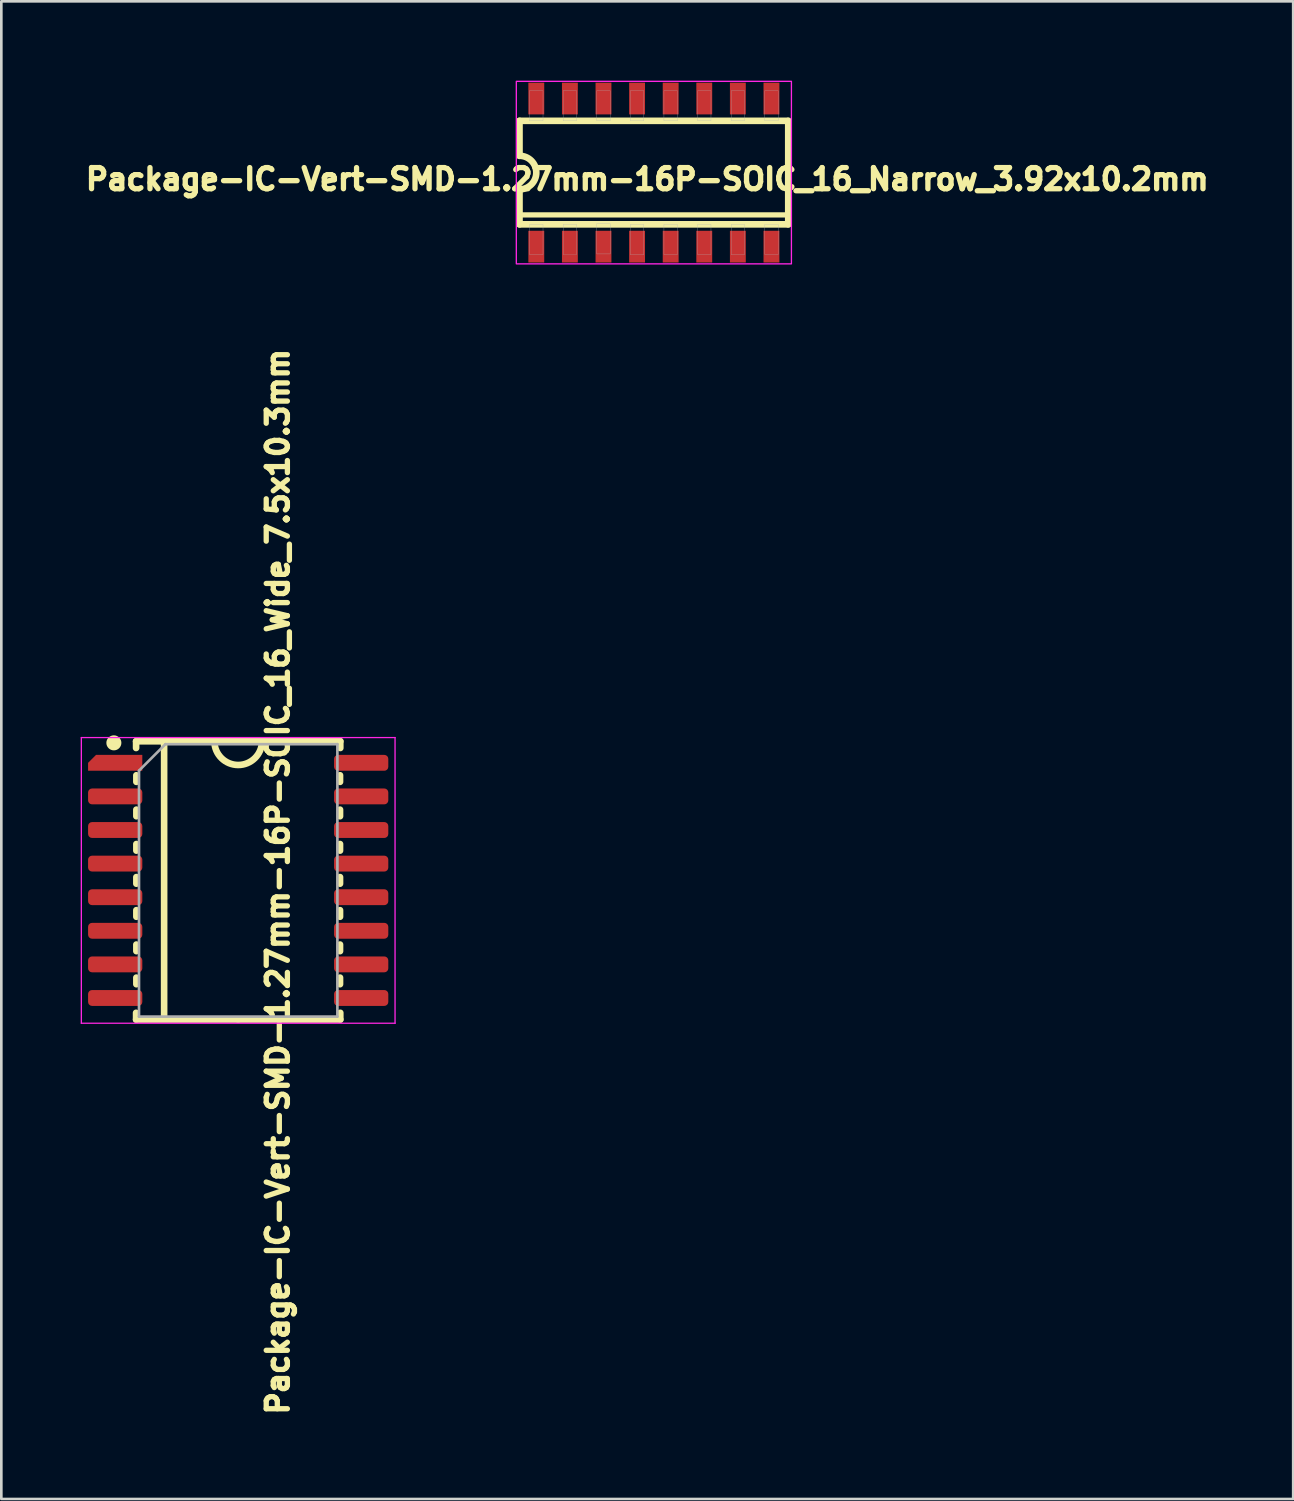
<source format=kicad_pcb>
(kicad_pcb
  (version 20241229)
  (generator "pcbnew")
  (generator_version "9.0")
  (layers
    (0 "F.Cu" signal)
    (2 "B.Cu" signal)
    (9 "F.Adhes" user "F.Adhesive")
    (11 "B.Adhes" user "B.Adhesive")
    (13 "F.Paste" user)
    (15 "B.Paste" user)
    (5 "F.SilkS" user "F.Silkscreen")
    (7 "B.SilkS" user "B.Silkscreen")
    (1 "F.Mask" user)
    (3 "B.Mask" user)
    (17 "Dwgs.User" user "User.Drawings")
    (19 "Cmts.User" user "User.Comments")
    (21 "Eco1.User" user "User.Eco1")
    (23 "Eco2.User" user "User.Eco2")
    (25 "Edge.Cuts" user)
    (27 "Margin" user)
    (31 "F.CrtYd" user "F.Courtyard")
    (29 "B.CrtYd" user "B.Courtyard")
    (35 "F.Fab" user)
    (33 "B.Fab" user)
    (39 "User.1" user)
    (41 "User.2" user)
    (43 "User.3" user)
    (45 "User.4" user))
  (footprint "Package-IC-Vert-SMD-1.27mm-16P-SOIC_16_Wide_7.5x10.3mm"
    (layer "F.Cu")
    (at 5.955 30.234)
    (property "Reference" "Package-IC-Vert-SMD-1.27mm-16P-SOIC_16_Wide_7.5x10.3mm" (at 1.5 0.05 270) (layer "F.SilkS") (effects (font (size 0.8 0.8) (thickness 0.2) (bold yes))))
    (attr smd)
    (fp_line (start -3.86 -5.26) (end -3.86 -5.005) (stroke (width 0.25) (type solid)) (layer "F.SilkS"))
    (fp_line (start -3.86 5.26) (end -3.86 5.005) (stroke (width 0.25) (type solid)) (layer "F.SilkS"))
    (fp_line (start -3.85 -3.975) (end -3.85 -3.725) (stroke (width 0.25) (type solid)) (layer "F.SilkS"))
    (fp_line (start -3.85 -2.675) (end -3.85 -2.425) (stroke (width 0.25) (type solid)) (layer "F.SilkS"))
    (fp_line (start -3.85 -1.375) (end -3.85 -1.125) (stroke (width 0.25) (type solid)) (layer "F.SilkS"))
    (fp_line (start -3.85 -0.125) (end -3.85 0.125) (stroke (width 0.25) (type solid)) (layer "F.SilkS"))
    (fp_line (start -3.85 1.125) (end -3.85 1.375) (stroke (width 0.25) (type solid)) (layer "F.SilkS"))
    (fp_line (start -3.85 2.425) (end -3.85 2.675) (stroke (width 0.25) (type solid)) (layer "F.SilkS"))
    (fp_line (start -3.85 3.675) (end -3.85 3.925) (stroke (width 0.25) (type solid)) (layer "F.SilkS"))
    (fp_line (start -2.8 -5.25) (end -2.8 5.2) (stroke (width 0.25) (type solid)) (layer "F.SilkS"))
    (fp_line (start 0 -5.26) (end -3.86 -5.26) (stroke (width 0.25) (type solid)) (layer "F.SilkS"))
    (fp_line (start 0 -5.26) (end 3.86 -5.26) (stroke (width 0.25) (type solid)) (layer "F.SilkS"))
    (fp_line (start 0 5.26) (end -3.86 5.26) (stroke (width 0.25) (type solid)) (layer "F.SilkS"))
    (fp_line (start 0 5.26) (end 3.86 5.26) (stroke (width 0.25) (type solid)) (layer "F.SilkS"))
    (fp_line (start 3.85 -3.975) (end 3.85 -3.725) (stroke (width 0.25) (type solid)) (layer "F.SilkS"))
    (fp_line (start 3.85 -2.675) (end 3.85 -2.425) (stroke (width 0.25) (type solid)) (layer "F.SilkS"))
    (fp_line (start 3.85 -1.375) (end 3.85 -1.125) (stroke (width 0.25) (type solid)) (layer "F.SilkS"))
    (fp_line (start 3.85 -0.125) (end 3.85 0.125) (stroke (width 0.25) (type solid)) (layer "F.SilkS"))
    (fp_line (start 3.85 1.125) (end 3.85 1.375) (stroke (width 0.25) (type solid)) (layer "F.SilkS"))
    (fp_line (start 3.85 2.425) (end 3.85 2.675) (stroke (width 0.25) (type solid)) (layer "F.SilkS"))
    (fp_line (start 3.85 3.675) (end 3.85 3.925) (stroke (width 0.25) (type solid)) (layer "F.SilkS"))
    (fp_line (start 3.86 -5.26) (end 3.86 -5.005) (stroke (width 0.25) (type solid)) (layer "F.SilkS"))
    (fp_line (start 3.86 5.26) (end 3.86 5.005) (stroke (width 0.25) (type solid)) (layer "F.SilkS"))
    (fp_arc (start 0.899993 -5.249412) (mid -0.000294 -4.359945) (end -0.899999 -5.25) (stroke (width 0.25) (type solid)) (layer "F.SilkS"))
    (fp_circle (center -4.7 -5.2) (end -4.476 -5.2) (stroke (width 0.12) (type solid)) (fill yes) (layer "F.SilkS"))
    (fp_line (start -5.93 -5.4) (end -5.93 5.4) (stroke (width 0.05) (type solid)) (layer "F.CrtYd"))
    (fp_line (start -5.93 5.4) (end 5.93 5.4) (stroke (width 0.05) (type solid)) (layer "F.CrtYd"))
    (fp_line (start 5.93 -5.4) (end -5.93 -5.4) (stroke (width 0.05) (type solid)) (layer "F.CrtYd"))
    (fp_line (start 5.93 5.4) (end 5.93 -5.4) (stroke (width 0.05) (type solid)) (layer "F.CrtYd"))
    (fp_line (start -3.75 -4.15) (end -2.75 -5.15) (stroke (width 0.1) (type solid)) (layer "F.Fab"))
    (fp_line (start -3.75 5.15) (end -3.75 -4.15) (stroke (width 0.1) (type solid)) (layer "F.Fab"))
    (fp_line (start -2.75 -5.15) (end 3.75 -5.15) (stroke (width 0.1) (type solid)) (layer "F.Fab"))
    (fp_line (start 3.75 -5.15) (end 3.75 5.15) (stroke (width 0.1) (type solid)) (layer "F.Fab"))
    (fp_line (start 3.75 5.15) (end -3.75 5.15) (stroke (width 0.1) (type solid)) (layer "F.Fab"))
    (pad "1" smd roundrect (at -4.65 -4.445) (size 2.05 0.6) (layers "F.Cu" "F.Mask" "F.Paste") (roundrect_rratio 0) (chamfer_ratio 0.5) (chamfer top_left))
    (pad "2" smd roundrect (at -4.65 -3.175) (size 2.05 0.6) (layers "F.Cu" "F.Mask" "F.Paste") (roundrect_rratio 0.25))
    (pad "3" smd roundrect (at -4.65 -1.905) (size 2.05 0.6) (layers "F.Cu" "F.Mask" "F.Paste") (roundrect_rratio 0.25))
    (pad "4" smd roundrect (at -4.65 -0.635) (size 2.05 0.6) (layers "F.Cu" "F.Mask" "F.Paste") (roundrect_rratio 0.25))
    (pad "5" smd roundrect (at -4.65 0.635) (size 2.05 0.6) (layers "F.Cu" "F.Mask" "F.Paste") (roundrect_rratio 0.25))
    (pad "6" smd roundrect (at -4.65 1.905) (size 2.05 0.6) (layers "F.Cu" "F.Mask" "F.Paste") (roundrect_rratio 0.25))
    (pad "7" smd roundrect (at -4.65 3.175) (size 2.05 0.6) (layers "F.Cu" "F.Mask" "F.Paste") (roundrect_rratio 0.25))
    (pad "8" smd roundrect (at -4.65 4.445) (size 2.05 0.6) (layers "F.Cu" "F.Mask" "F.Paste") (roundrect_rratio 0.25))
    (pad "9" smd roundrect (at 4.65 4.445) (size 2.05 0.6) (layers "F.Cu" "F.Mask" "F.Paste") (roundrect_rratio 0.25))
    (pad "10" smd roundrect (at 4.65 3.175) (size 2.05 0.6) (layers "F.Cu" "F.Mask" "F.Paste") (roundrect_rratio 0.25))
    (pad "11" smd roundrect (at 4.65 1.905) (size 2.05 0.6) (layers "F.Cu" "F.Mask" "F.Paste") (roundrect_rratio 0.25))
    (pad "12" smd roundrect (at 4.65 0.635) (size 2.05 0.6) (layers "F.Cu" "F.Mask" "F.Paste") (roundrect_rratio 0.25))
    (pad "13" smd roundrect (at 4.65 -0.635) (size 2.05 0.6) (layers "F.Cu" "F.Mask" "F.Paste") (roundrect_rratio 0.25))
    (pad "14" smd roundrect (at 4.65 -1.905) (size 2.05 0.6) (layers "F.Cu" "F.Mask" "F.Paste") (roundrect_rratio 0.25))
    (pad "15" smd roundrect (at 4.65 -3.175) (size 2.05 0.6) (layers "F.Cu" "F.Mask" "F.Paste") (roundrect_rratio 0.25))
    (pad "16" smd roundrect (at 4.65 -4.445) (size 2.05 0.6) (layers "F.Cu" "F.Mask" "F.Paste") (roundrect_rratio 0.25)))
  (footprint "Package-IC-Vert-SMD-1.27mm-16P-SOIC_16_Narrow_3.92x10.2mm"
    (layer "F.Cu")
    (at 21.67 3.475)
    (property "Reference" "Package-IC-Vert-SMD-1.27mm-16P-SOIC_16_Narrow_3.92x10.2mm" (at -0.25 0.25 0) (layer "F.SilkS") (effects (font (size 0.8 0.8) (thickness 0.2))))
    (attr smd)
    (fp_line (start -5.08 -0.635) (end -5.08 -1.956) (stroke (width 0.25) (type solid)) (layer "F.SilkS"))
    (fp_line (start -5.08 1.6) (end 5.08 1.6) (stroke (width 0.2) (type solid)) (layer "F.SilkS"))
    (fp_line (start -5.08 1.956) (end -5.08 0.635) (stroke (width 0.25) (type solid)) (layer "F.SilkS"))
    (fp_line (start -5.08 1.956) (end 5.08 1.956) (stroke (width 0.25) (type solid)) (layer "F.SilkS"))
    (fp_line (start 5.08 -1.956) (end -5.08 -1.956) (stroke (width 0.25) (type solid)) (layer "F.SilkS"))
    (fp_line (start 5.08 1.956) (end 5.08 -1.956) (stroke (width 0.25) (type solid)) (layer "F.SilkS"))
    (fp_arc (start -5.08 -0.635) (mid -4.445 0) (end -5.08 0.635) (stroke (width 0.25) (type solid)) (layer "F.SilkS"))
    (fp_rect (start -5.2 -3.45) (end 5.2 3.45) (stroke (width 0.05) (type default)) (fill no) (layer "F.CrtYd"))
    (fp_poly (pts (xy -4.703 -3.099) (xy -4.191 -3.099) (xy -4.191 -1.958) (xy -4.703 -1.958)) (stroke (width 0.01) (type solid)) (fill no) (layer "F.Fab"))
    (fp_poly (pts (xy -4.7 1.956) (xy -4.191 1.956) (xy -4.191 3.1) (xy -4.7 3.1)) (stroke (width 0.01) (type solid)) (fill no) (layer "F.Fab"))
    (fp_poly (pts (xy -3.431 -3.099) (xy -2.921 -3.099) (xy -2.921 -1.957) (xy -3.431 -1.957)) (stroke (width 0.01) (type solid)) (fill no) (layer "F.Fab"))
    (fp_poly (pts (xy -3.429 1.956) (xy -2.921 1.956) (xy -2.921 3.099) (xy -3.429 3.099)) (stroke (width 0.01) (type solid)) (fill no) (layer "F.Fab"))
    (fp_poly (pts (xy -2.16 -3.099) (xy -1.651 -3.099) (xy -1.651 -1.957) (xy -2.16 -1.957)) (stroke (width 0.01) (type solid)) (fill no) (layer "F.Fab"))
    (fp_poly (pts (xy -2.159 1.93) (xy -1.651 1.93) (xy -1.651 3.074) (xy -2.159 3.074)) (stroke (width 0.01) (type solid)) (fill no) (layer "F.Fab"))
    (fp_poly (pts (xy -0.891 1.956) (xy -0.381 1.956) (xy -0.381 3.105) (xy -0.891 3.105)) (stroke (width 0.01) (type solid)) (fill no) (layer "F.Fab"))
    (fp_poly (pts (xy -0.89 -3.099) (xy -0.381 -3.099) (xy -0.381 -1.959) (xy -0.89 -1.959)) (stroke (width 0.01) (type solid)) (fill no) (layer "F.Fab"))
    (fp_poly (pts (xy 0.381 -3.099) (xy 0.889 -3.099) (xy 0.889 -1.956) (xy 0.381 -1.956)) (stroke (width 0.01) (type solid)) (fill no) (layer "F.Fab"))
    (fp_poly (pts (xy 0.381 1.956) (xy 0.889 1.956) (xy 0.889 3.1) (xy 0.381 3.1)) (stroke (width 0.01) (type solid)) (fill no) (layer "F.Fab"))
    (fp_poly (pts (xy 1.652 1.956) (xy 2.159 1.956) (xy 2.159 3.101) (xy 1.652 3.101)) (stroke (width 0.01) (type solid)) (fill no) (layer "F.Fab"))
    (fp_poly (pts (xy 1.654 -3.099) (xy 2.159 -3.099) (xy 2.159 -1.959) (xy 1.654 -1.959)) (stroke (width 0.01) (type solid)) (fill no) (layer "F.Fab"))
    (fp_poly (pts (xy 2.922 1.956) (xy 3.429 1.956) (xy 3.429 3.1) (xy 2.922 3.1)) (stroke (width 0.01) (type solid)) (fill no) (layer "F.Fab"))
    (fp_poly (pts (xy 2.927 -3.099) (xy 3.429 -3.099) (xy 3.429 -1.96) (xy 2.927 -1.96)) (stroke (width 0.01) (type solid)) (fill no) (layer "F.Fab"))
    (fp_poly (pts (xy 4.193 -3.099) (xy 4.699 -3.099) (xy 4.699 -1.957) (xy 4.193 -1.957)) (stroke (width 0.01) (type solid)) (fill no) (layer "F.Fab"))
    (fp_poly (pts (xy 4.193 1.956) (xy 4.699 1.956) (xy 4.699 3.1) (xy 4.193 3.1)) (stroke (width 0.01) (type solid)) (fill no) (layer "F.Fab"))
    (pad "1" smd rect (at -4.445 2.8) (size 0.6 1.2) (layers "F.Cu" "F.Mask" "F.Paste"))
    (pad "2" smd rect (at -3.175 2.8) (size 0.6 1.2) (layers "F.Cu" "F.Mask" "F.Paste"))
    (pad "3" smd rect (at -1.905 2.8) (size 0.6 1.2) (layers "F.Cu" "F.Mask" "F.Paste"))
    (pad "4" smd rect (at -0.635 2.8) (size 0.6 1.2) (layers "F.Cu" "F.Mask" "F.Paste"))
    (pad "5" smd rect (at 0.635 2.8) (size 0.6 1.2) (layers "F.Cu" "F.Mask" "F.Paste"))
    (pad "6" smd rect (at 1.905 2.8) (size 0.6 1.2) (layers "F.Cu" "F.Mask" "F.Paste"))
    (pad "7" smd rect (at 3.175 2.8) (size 0.6 1.2) (layers "F.Cu" "F.Mask" "F.Paste"))
    (pad "8" smd rect (at 4.445 2.8) (size 0.6 1.2) (layers "F.Cu" "F.Mask" "F.Paste"))
    (pad "9" smd rect (at 4.445 -2.8) (size 0.6 1.2) (layers "F.Cu" "F.Mask" "F.Paste"))
    (pad "10" smd rect (at 3.175 -2.8) (size 0.6 1.2) (layers "F.Cu" "F.Mask" "F.Paste"))
    (pad "11" smd rect (at 1.905 -2.8) (size 0.6 1.2) (layers "F.Cu" "F.Mask" "F.Paste"))
    (pad "12" smd rect (at 0.635 -2.8) (size 0.6 1.2) (layers "F.Cu" "F.Mask" "F.Paste"))
    (pad "13" smd rect (at -0.635 -2.8) (size 0.6 1.2) (layers "F.Cu" "F.Mask" "F.Paste"))
    (pad "14" smd rect (at -1.905 -2.8) (size 0.6 1.2) (layers "F.Cu" "F.Mask" "F.Paste"))
    (pad "15" smd rect (at -3.175 -2.8) (size 0.6 1.2) (layers "F.Cu" "F.Mask" "F.Paste"))
    (pad "16" smd rect (at -4.445 -2.8) (size 0.6 1.2) (layers "F.Cu" "F.Mask" "F.Paste")))
  (gr_rect
    (start -3 -3)
    (end 45.84 53.619)
    (stroke (width 0.1) (type default))
    (fill no)
    (layer "Edge.Cuts")))
</source>
